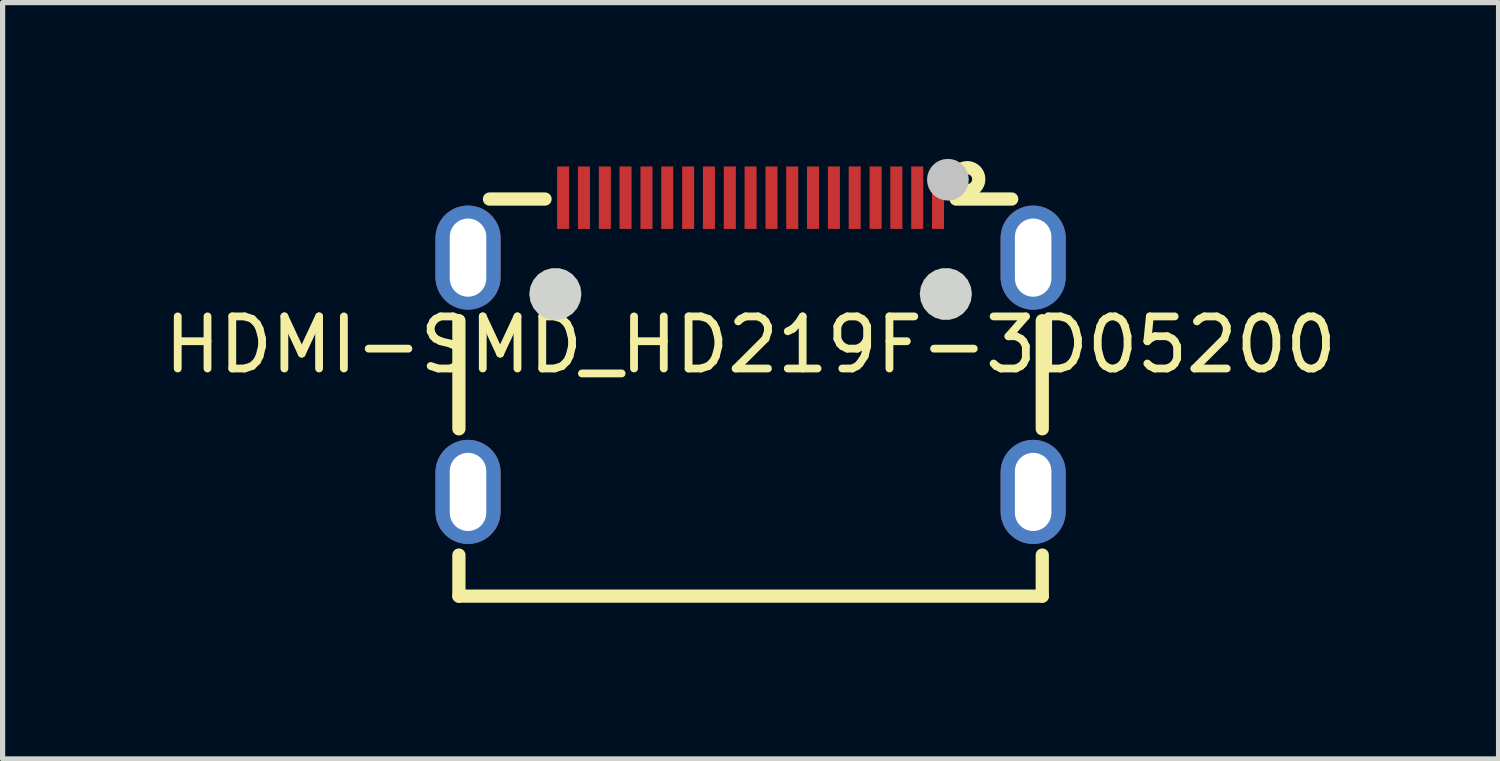
<source format=kicad_pcb>
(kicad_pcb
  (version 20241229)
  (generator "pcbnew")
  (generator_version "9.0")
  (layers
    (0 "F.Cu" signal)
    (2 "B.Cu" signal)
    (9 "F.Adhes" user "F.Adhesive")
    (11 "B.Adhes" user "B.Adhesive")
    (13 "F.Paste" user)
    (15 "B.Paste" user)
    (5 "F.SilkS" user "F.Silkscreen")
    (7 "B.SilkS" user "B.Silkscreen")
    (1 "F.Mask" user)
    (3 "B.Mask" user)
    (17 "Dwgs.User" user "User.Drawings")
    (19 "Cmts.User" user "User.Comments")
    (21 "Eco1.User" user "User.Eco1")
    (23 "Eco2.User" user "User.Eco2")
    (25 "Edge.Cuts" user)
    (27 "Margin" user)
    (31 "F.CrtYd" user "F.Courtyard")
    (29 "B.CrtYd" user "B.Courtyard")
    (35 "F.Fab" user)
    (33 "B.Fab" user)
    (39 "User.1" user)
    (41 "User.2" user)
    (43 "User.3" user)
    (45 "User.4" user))
  (footprint "HDMI-SMD_HD219F-3D05200"
    (layer "F.Cu")
    (at 11.363 3.571)
    (property "Reference" "HDMI-SMD_HD219F-3D05200" (at 0 0 0) (layer "F.SilkS") (effects (font (size 1 1) (thickness 0.15))))
    (fp_line (start -5.601 1.613) (end -5.601 -0.463) (stroke (width 0.254) (type default)) (layer "F.SilkS"))
    (fp_line (start -5.601 4.826) (end -5.601 4.038) (stroke (width 0.254) (type default)) (layer "F.SilkS"))
    (fp_line (start -3.947 -2.799) (end -5.014 -2.799) (stroke (width 0.254) (type default)) (layer "F.SilkS"))
    (fp_line (start 5.014 -2.799) (end 3.947 -2.799) (stroke (width 0.254) (type default)) (layer "F.SilkS"))
    (fp_line (start 5.601 1.613) (end 5.601 -0.463) (stroke (width 0.254) (type default)) (layer "F.SilkS"))
    (fp_line (start 5.601 4.826) (end -5.601 4.826) (stroke (width 0.254) (type default)) (layer "F.SilkS"))
    (fp_line (start 5.601 4.826) (end 5.601 4.038) (stroke (width 0.254) (type default)) (layer "F.SilkS"))
    (fp_circle (center 4.16 -3.18) (end 4.255 -3.18) (stroke (width 0.254) (type default)) (fill no) (layer "F.SilkS"))
    (fp_poly (pts (xy -3.716 -3.424) (xy -3.485 -3.424) (xy -3.485 -2.225) (xy -3.716 -2.225)) (stroke (width 0) (type default)) (fill yes) (layer "F.Paste"))
    (fp_poly (pts (xy -3.314 -3.424) (xy -3.086 -3.424) (xy -3.086 -2.225) (xy -3.314 -2.225)) (stroke (width 0) (type default)) (fill yes) (layer "F.Paste"))
    (fp_poly (pts (xy -2.916 -3.424) (xy -2.685 -3.424) (xy -2.685 -2.225) (xy -2.916 -2.225)) (stroke (width 0) (type default)) (fill yes) (layer "F.Paste"))
    (fp_poly (pts (xy -2.514 -3.424) (xy -2.286 -3.424) (xy -2.286 -2.225) (xy -2.514 -2.225)) (stroke (width 0) (type default)) (fill yes) (layer "F.Paste"))
    (fp_poly (pts (xy -2.116 -3.424) (xy -1.885 -3.424) (xy -1.885 -2.225) (xy -2.116 -2.225)) (stroke (width 0) (type default)) (fill yes) (layer "F.Paste"))
    (fp_poly (pts (xy -1.714 -3.424) (xy -1.486 -3.424) (xy -1.486 -2.225) (xy -1.714 -2.225)) (stroke (width 0) (type default)) (fill yes) (layer "F.Paste"))
    (fp_poly (pts (xy -1.315 -3.424) (xy -1.085 -3.424) (xy -1.085 -2.225) (xy -1.315 -2.225)) (stroke (width 0) (type default)) (fill yes) (layer "F.Paste"))
    (fp_poly (pts (xy -0.914 -3.424) (xy -0.686 -3.424) (xy -0.686 -2.225) (xy -0.914 -2.225)) (stroke (width 0) (type default)) (fill yes) (layer "F.Paste"))
    (fp_poly (pts (xy -0.515 -3.424) (xy -0.284 -3.424) (xy -0.284 -2.225) (xy -0.515 -2.225)) (stroke (width 0) (type default)) (fill yes) (layer "F.Paste"))
    (fp_poly (pts (xy -0.115 -3.424) (xy 0.115 -3.424) (xy 0.115 -2.225) (xy -0.115 -2.225)) (stroke (width 0) (type default)) (fill yes) (layer "F.Paste"))
    (fp_poly (pts (xy 0.284 -3.424) (xy 0.515 -3.424) (xy 0.515 -2.225) (xy 0.284 -2.225)) (stroke (width 0) (type default)) (fill yes) (layer "F.Paste"))
    (fp_poly (pts (xy 0.686 -3.424) (xy 0.914 -3.424) (xy 0.914 -2.225) (xy 0.686 -2.225)) (stroke (width 0) (type default)) (fill yes) (layer "F.Paste"))
    (fp_poly (pts (xy 1.085 -3.424) (xy 1.315 -3.424) (xy 1.315 -2.225) (xy 1.085 -2.225)) (stroke (width 0) (type default)) (fill yes) (layer "F.Paste"))
    (fp_poly (pts (xy 1.486 -3.424) (xy 1.714 -3.424) (xy 1.714 -2.225) (xy 1.486 -2.225)) (stroke (width 0) (type default)) (fill yes) (layer "F.Paste"))
    (fp_poly (pts (xy 1.885 -3.424) (xy 2.116 -3.424) (xy 2.116 -2.225) (xy 1.885 -2.225)) (stroke (width 0) (type default)) (fill yes) (layer "F.Paste"))
    (fp_poly (pts (xy 2.286 -3.424) (xy 2.514 -3.424) (xy 2.514 -2.225) (xy 2.286 -2.225)) (stroke (width 0) (type default)) (fill yes) (layer "F.Paste"))
    (fp_poly (pts (xy 2.685 -3.424) (xy 2.916 -3.424) (xy 2.916 -2.225) (xy 2.685 -2.225)) (stroke (width 0) (type default)) (fill yes) (layer "F.Paste"))
    (fp_poly (pts (xy 3.086 -3.424) (xy 3.314 -3.424) (xy 3.314 -2.225) (xy 3.086 -2.225)) (stroke (width 0) (type default)) (fill yes) (layer "F.Paste"))
    (fp_poly (pts (xy 3.485 -3.424) (xy 3.716 -3.424) (xy 3.716 -2.225) (xy 3.485 -2.225)) (stroke (width 0) (type default)) (fill yes) (layer "F.Paste"))
    (fp_poly (pts (arc (start -4.8005 -1.3005) (mid -5.4255 -0.679487) (end -6.0505 -1.3005)) (arc (start -6.0505 -2.05) (mid -5.4255 -2.671013) (end -4.8005 -2.05))) (stroke (width 0) (type default)) (fill yes) (layer "F.Paste"))
    (fp_poly (pts (arc (start -4.8005 3.2005) (mid -5.4255 3.821513) (end -6.0505 3.2005)) (arc (start -6.0505 2.451) (mid -5.4255 1.829987) (end -4.8005 2.451))) (stroke (width 0) (type default)) (fill yes) (layer "F.Paste"))
    (fp_poly (pts (arc (start 6.0505 -1.3005) (mid 5.4255 -0.6755) (end 4.8005 -1.3005)) (arc (start 4.8005 -2.05) (mid 5.4255 -2.675) (end 6.0505 -2.05))) (stroke (width 0) (type default)) (fill yes) (layer "F.Paste"))
    (fp_poly (pts (arc (start 6.0505 3.2005) (mid 5.4255 3.8255) (end 4.8005 3.2005)) (arc (start 4.8005 2.451) (mid 5.4255 1.826) (end 6.0505 2.451))) (stroke (width 0) (type default)) (fill yes) (layer "F.Paste"))
    (fp_circle (center 3.789 -3.17) (end 3.99 -3.17) (stroke (width 0.399) (type default)) (fill no) (layer "Dwgs.User"))
    (fp_poly (pts (xy -3.248 -0.976) (xy -3.269 -1.117) (xy -3.328 -1.246) (xy -3.421 -1.354) (xy -3.541 -1.431) (xy -3.678 -1.471) (xy -3.82 -1.471) (xy -3.957 -1.431) (xy -4.077 -1.354) (xy -4.17 -1.246) (xy -4.229 -1.117) (xy -4.25 -0.976) (xy -4.229 -0.834) (xy -4.17 -0.705) (xy -4.077 -0.597) (xy -3.957 -0.52) (xy -3.82 -0.48) (xy -3.678 -0.48) (xy -3.541 -0.52) (xy -3.421 -0.597) (xy -3.328 -0.705) (xy -3.269 -0.834)) (stroke (width 0) (type default)) (fill yes) (layer "Edge.Cuts"))
    (fp_poly (pts (xy 4.25 -0.976) (xy 4.229 -1.117) (xy 4.17 -1.246) (xy 4.077 -1.354) (xy 3.957 -1.431) (xy 3.82 -1.471) (xy 3.678 -1.471) (xy 3.541 -1.431) (xy 3.421 -1.354) (xy 3.328 -1.246) (xy 3.269 -1.117) (xy 3.248 -0.976) (xy 3.269 -0.834) (xy 3.328 -0.705) (xy 3.421 -0.597) (xy 3.541 -0.52) (xy 3.678 -0.48) (xy 3.82 -0.48) (xy 3.957 -0.52) (xy 4.077 -0.597) (xy 4.17 -0.705) (xy 4.229 -0.834)) (stroke (width 0) (type default)) (fill yes) (layer "Edge.Cuts"))
    (fp_poly (pts (xy -5.225 -2.075) (xy -5.225 -1.275) (xy -5.626 -1.275) (xy -5.626 -2.075)) (stroke (width 0.1) (type default)) (fill no) (layer "User.1"))
    (fp_poly (pts (xy -5.225 2.425) (xy -5.225 3.226) (xy -5.626 3.226) (xy -5.626 2.425)) (stroke (width 0.1) (type default)) (fill no) (layer "User.1"))
    (fp_poly (pts (xy -3.675 -3.274) (xy -3.526 -3.274) (xy -3.526 -2.575) (xy -3.675 -2.575)) (stroke (width 0.1) (type default)) (fill no) (layer "User.1"))
    (fp_poly (pts (xy -3.274 -3.274) (xy -3.124 -3.274) (xy -3.124 -2.575) (xy -3.274 -2.575)) (stroke (width 0.1) (type default)) (fill no) (layer "User.1"))
    (fp_poly (pts (xy -2.876 -3.274) (xy -2.725 -3.274) (xy -2.725 -2.575) (xy -2.876 -2.575)) (stroke (width 0.1) (type default)) (fill no) (layer "User.1"))
    (fp_poly (pts (xy -2.474 -3.274) (xy -2.324 -3.274) (xy -2.324 -2.575) (xy -2.474 -2.575)) (stroke (width 0.1) (type default)) (fill no) (layer "User.1"))
    (fp_poly (pts (xy -2.075 -3.274) (xy -1.925 -3.274) (xy -1.925 -2.575) (xy -2.075 -2.575)) (stroke (width 0.1) (type default)) (fill no) (layer "User.1"))
    (fp_poly (pts (xy -1.674 -3.274) (xy -1.524 -3.274) (xy -1.524 -2.575) (xy -1.674 -2.575)) (stroke (width 0.1) (type default)) (fill no) (layer "User.1"))
    (fp_poly (pts (xy -1.275 -3.274) (xy -1.125 -3.274) (xy -1.125 -2.575) (xy -1.275 -2.575)) (stroke (width 0.1) (type default)) (fill no) (layer "User.1"))
    (fp_poly (pts (xy -0.876 -3.274) (xy -0.724 -3.274) (xy -0.724 -2.575) (xy -0.876 -2.575)) (stroke (width 0.1) (type default)) (fill no) (layer "User.1"))
    (fp_poly (pts (xy -0.475 -3.274) (xy -0.325 -3.274) (xy -0.325 -2.575) (xy -0.475 -2.575)) (stroke (width 0.1) (type default)) (fill no) (layer "User.1"))
    (fp_poly (pts (xy -0.076 -3.274) (xy 0.076 -3.274) (xy 0.076 -2.575) (xy -0.076 -2.575)) (stroke (width 0.1) (type default)) (fill no) (layer "User.1"))
    (fp_poly (pts (xy 0.325 -3.274) (xy 0.475 -3.274) (xy 0.475 -2.575) (xy 0.325 -2.575)) (stroke (width 0.1) (type default)) (fill no) (layer "User.1"))
    (fp_poly (pts (xy 0.724 -3.274) (xy 0.874 -3.274) (xy 0.874 -2.575) (xy 0.724 -2.575)) (stroke (width 0.1) (type default)) (fill no) (layer "User.1"))
    (fp_poly (pts (xy 1.125 -3.274) (xy 1.275 -3.274) (xy 1.275 -2.575) (xy 1.125 -2.575)) (stroke (width 0.1) (type default)) (fill no) (layer "User.1"))
    (fp_poly (pts (xy 1.524 -3.274) (xy 1.674 -3.274) (xy 1.674 -2.575) (xy 1.524 -2.575)) (stroke (width 0.1) (type default)) (fill no) (layer "User.1"))
    (fp_poly (pts (xy 1.925 -3.274) (xy 2.075 -3.274) (xy 2.075 -2.575) (xy 1.925 -2.575)) (stroke (width 0.1) (type default)) (fill no) (layer "User.1"))
    (fp_poly (pts (xy 2.324 -3.274) (xy 2.474 -3.274) (xy 2.474 -2.575) (xy 2.324 -2.575)) (stroke (width 0.1) (type default)) (fill no) (layer "User.1"))
    (fp_poly (pts (xy 2.725 -3.274) (xy 2.876 -3.274) (xy 2.876 -2.575) (xy 2.725 -2.575)) (stroke (width 0.1) (type default)) (fill no) (layer "User.1"))
    (fp_poly (pts (xy 3.124 -3.274) (xy 3.274 -3.274) (xy 3.274 -2.575) (xy 3.124 -2.575)) (stroke (width 0.1) (type default)) (fill no) (layer "User.1"))
    (fp_poly (pts (xy 3.526 -3.274) (xy 3.675 -3.274) (xy 3.675 -2.575) (xy 3.526 -2.575)) (stroke (width 0.1) (type default)) (fill no) (layer "User.1"))
    (fp_poly (pts (xy 5.626 -2.075) (xy 5.626 -1.275) (xy 5.225 -1.275) (xy 5.225 -2.075)) (stroke (width 0.1) (type default)) (fill no) (layer "User.1"))
    (fp_poly (pts (xy 5.626 2.425) (xy 5.626 3.226) (xy 5.225 3.226) (xy 5.225 2.425)) (stroke (width 0.1) (type default)) (fill no) (layer "User.1"))
    (fp_line (start -5.601 -2.776) (end 5.601 -2.776) (stroke (width 0.051) (type default)) (layer "User.2"))
    (fp_line (start -5.601 4.826) (end -5.601 -2.776) (stroke (width 0.051) (type default)) (layer "User.2"))
    (fp_line (start 5.601 -2.776) (end 5.601 4.826) (stroke (width 0.051) (type default)) (layer "User.2"))
    (fp_line (start 5.601 4.826) (end -5.601 4.826) (stroke (width 0.051) (type default)) (layer "User.2"))
    (fp_poly (pts (xy 5.687 -3.274) (xy 5.669 -3.317) (xy 5.626 -3.335) (xy 5.583 -3.317) (xy 5.565 -3.274) (xy 5.583 -3.231) (xy 5.626 -3.213) (xy 5.669 -3.231)) (stroke (width 0.1) (type default)) (fill no) (layer "User.3"))
    (pad "1" smd rect (at 3.599 -2.825) (size 0.231 1.199) (layers "F.Cu" "F.Mask" "F.Paste"))
    (pad "2" smd rect (at 3.2 -2.825) (size 0.231 1.199) (layers "F.Cu" "F.Mask" "F.Paste"))
    (pad "3" smd rect (at 2.799 -2.825) (size 0.231 1.199) (layers "F.Cu" "F.Mask" "F.Paste"))
    (pad "4" smd rect (at 2.401 -2.825) (size 0.231 1.199) (layers "F.Cu" "F.Mask" "F.Paste"))
    (pad "5" smd rect (at 1.999 -2.825) (size 0.231 1.199) (layers "F.Cu" "F.Mask" "F.Paste"))
    (pad "6" smd rect (at 1.6 -2.825) (size 0.231 1.199) (layers "F.Cu" "F.Mask" "F.Paste"))
    (pad "7" smd rect (at 1.199 -2.825) (size 0.231 1.199) (layers "F.Cu" "F.Mask" "F.Paste"))
    (pad "8" smd rect (at 0.8 -2.825) (size 0.231 1.199) (layers "F.Cu" "F.Mask" "F.Paste"))
    (pad "9" smd rect (at 0.402 -2.825) (size 0.231 1.199) (layers "F.Cu" "F.Mask" "F.Paste"))
    (pad "10" smd rect (at 0 -2.825) (size 0.231 1.199) (layers "F.Cu" "F.Mask" "F.Paste"))
    (pad "11" smd rect (at -0.399 -2.825) (size 0.231 1.199) (layers "F.Cu" "F.Mask" "F.Paste"))
    (pad "12" smd rect (at -0.8 -2.825) (size 0.231 1.199) (layers "F.Cu" "F.Mask" "F.Paste"))
    (pad "13" smd rect (at -1.199 -2.825) (size 0.231 1.199) (layers "F.Cu" "F.Mask" "F.Paste"))
    (pad "14" smd rect (at -1.6 -2.825) (size 0.231 1.199) (layers "F.Cu" "F.Mask" "F.Paste"))
    (pad "15" smd rect (at -1.999 -2.825) (size 0.231 1.199) (layers "F.Cu" "F.Mask" "F.Paste"))
    (pad "16" smd rect (at -2.401 -2.825) (size 0.231 1.199) (layers "F.Cu" "F.Mask" "F.Paste"))
    (pad "17" smd rect (at -2.799 -2.825) (size 0.231 1.199) (layers "F.Cu" "F.Mask" "F.Paste"))
    (pad "18" smd rect (at -3.2 -2.825) (size 0.231 1.199) (layers "F.Cu" "F.Mask" "F.Paste"))
    (pad "19" smd rect (at -3.599 -2.825) (size 0.231 1.199) (layers "F.Cu" "F.Mask" "F.Paste"))
    (pad "20" thru_hole oval (at 5.426 2.825 90) (size 1.999 1.25) (drill oval 1.501 0.701) (layers "*.Cu" "*.Mask"))
    (pad "21" thru_hole oval (at -5.426 2.825 90) (size 1.999 1.25) (drill oval 1.501 0.701) (layers "*.Cu" "*.Mask"))
    (pad "22" thru_hole oval (at 5.426 -1.674 90) (size 1.999 1.25) (drill oval 1.501 0.701) (layers "*.Cu" "*.Mask"))
    (pad "23" thru_hole oval (at -5.426 -1.674 90) (size 1.999 1.25) (drill oval 1.501 0.701) (layers "*.Cu" "*.Mask")))
  (gr_rect
    (start -3 -3)
    (end 25.726 11.524)
    (stroke (width 0.1) (type default))
    (fill no)
    (layer "Edge.Cuts")))
</source>
